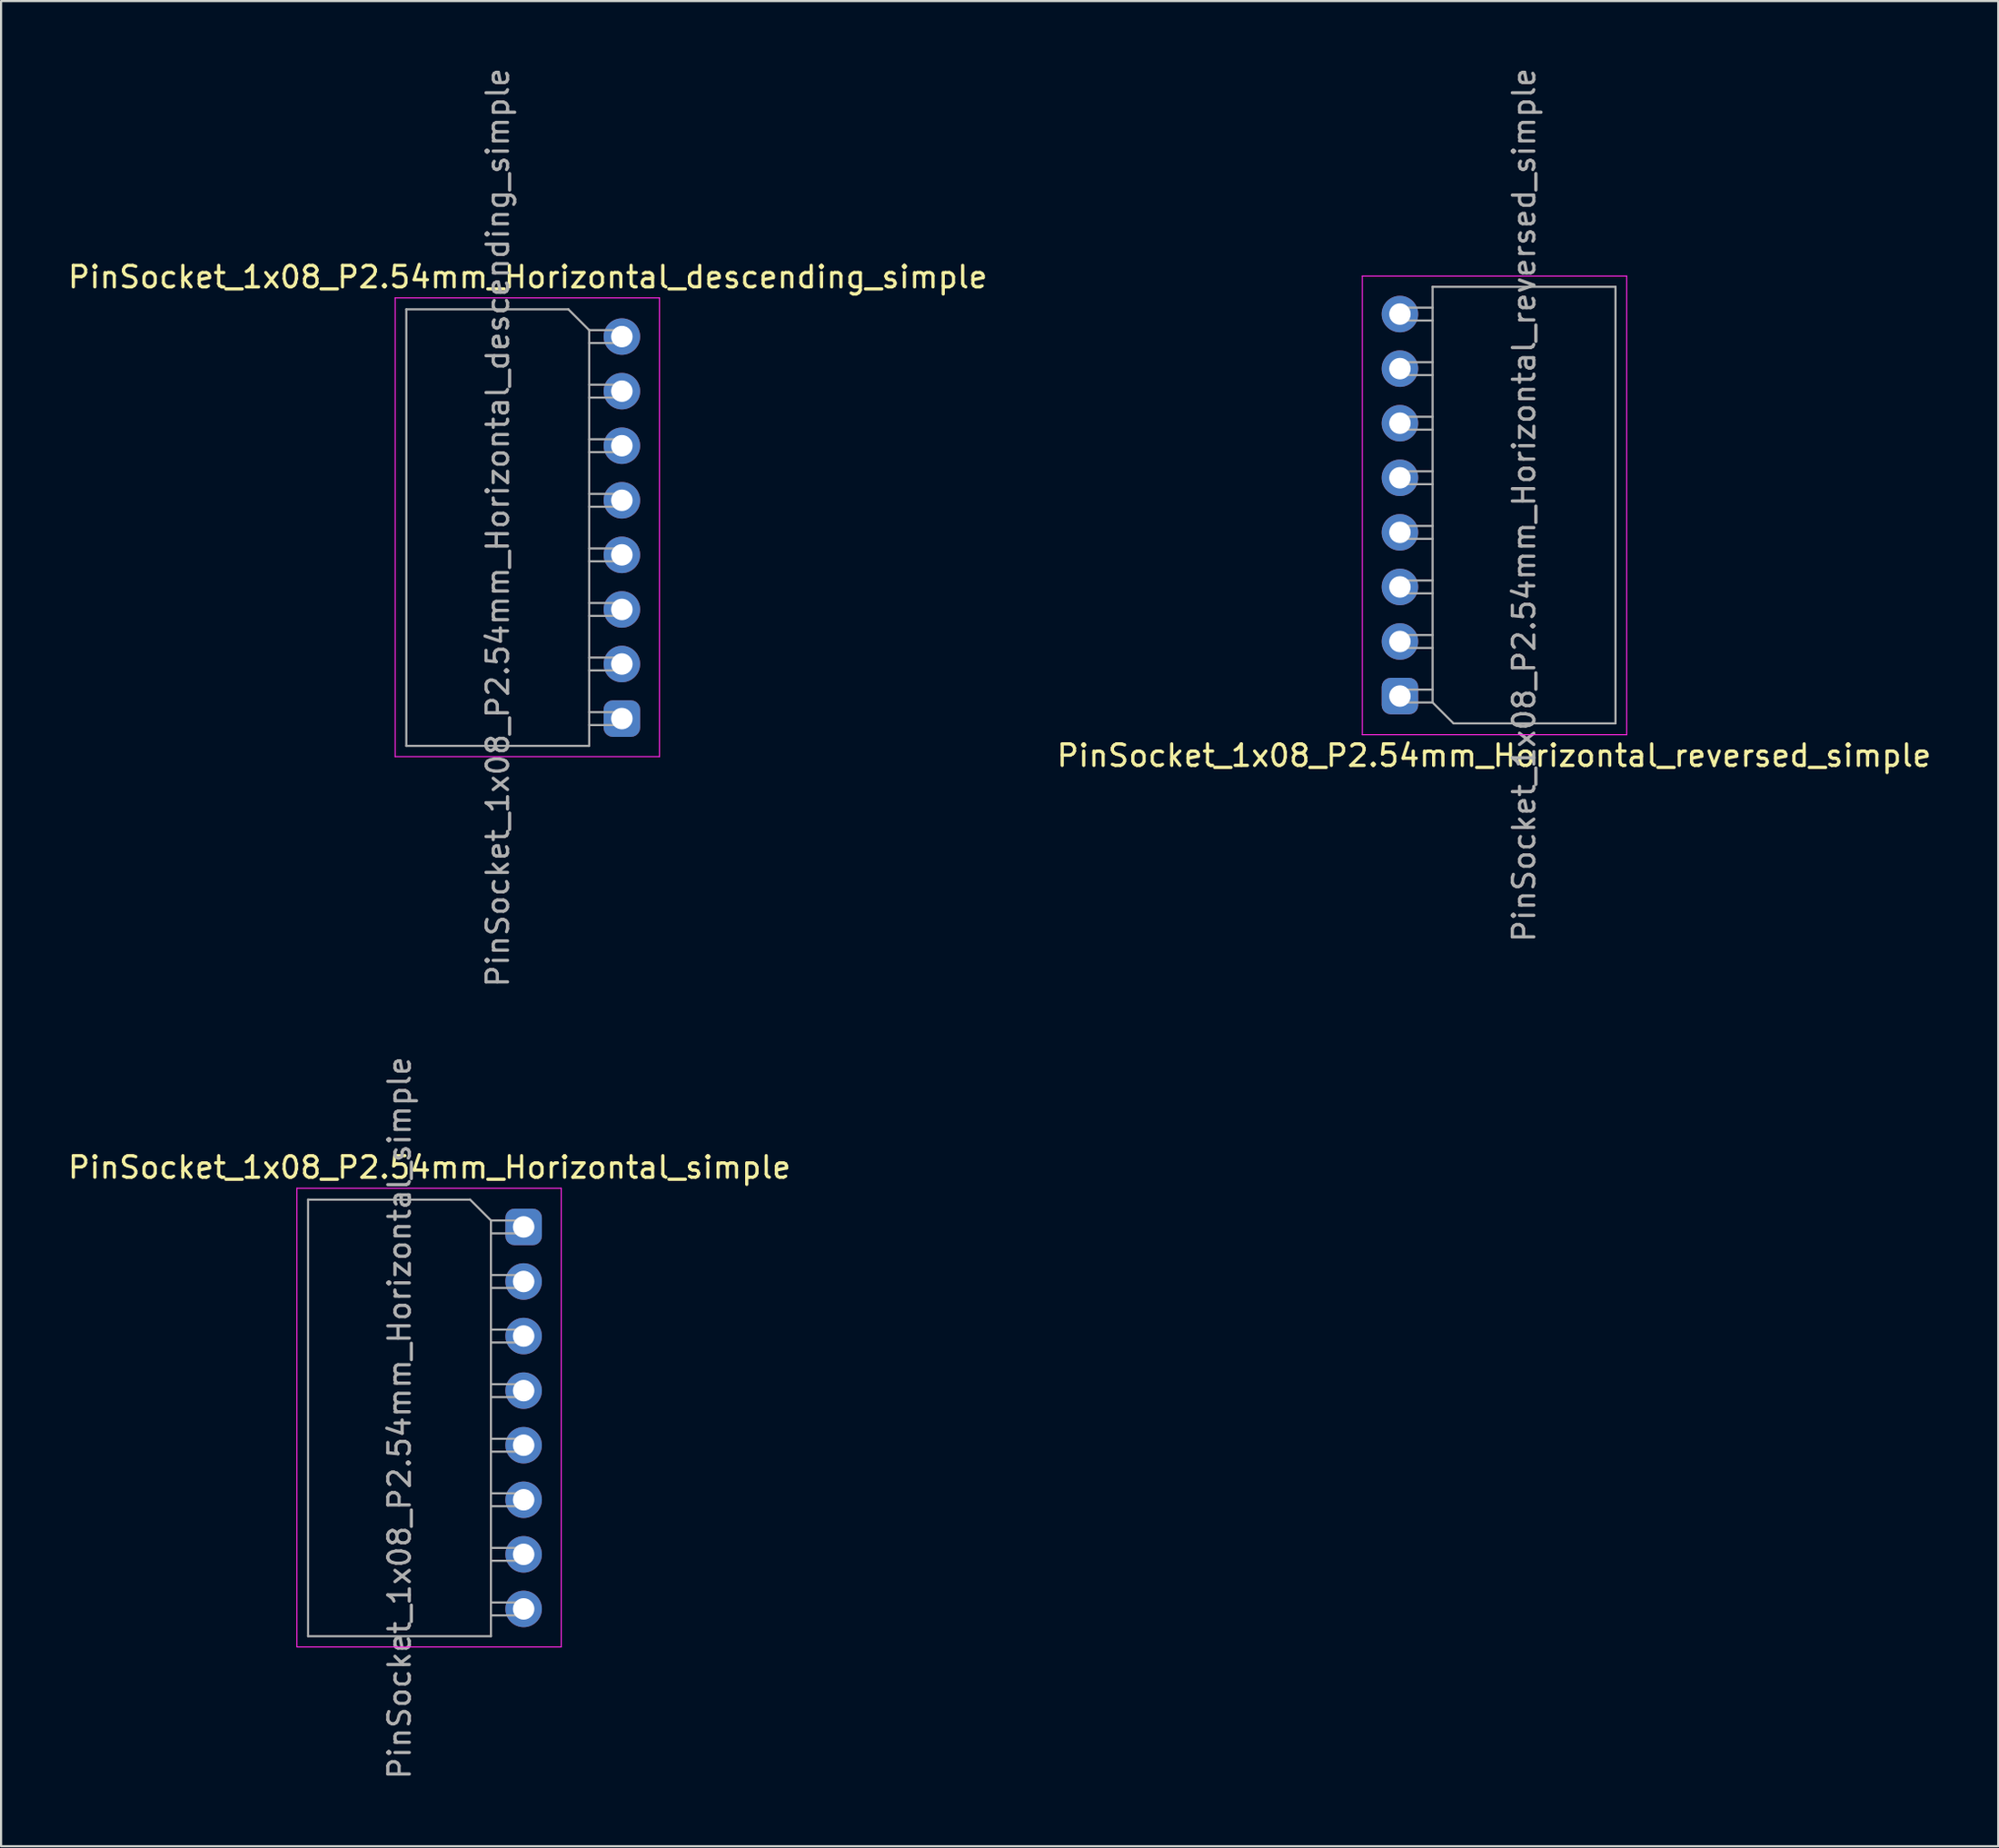
<source format=kicad_pcb>
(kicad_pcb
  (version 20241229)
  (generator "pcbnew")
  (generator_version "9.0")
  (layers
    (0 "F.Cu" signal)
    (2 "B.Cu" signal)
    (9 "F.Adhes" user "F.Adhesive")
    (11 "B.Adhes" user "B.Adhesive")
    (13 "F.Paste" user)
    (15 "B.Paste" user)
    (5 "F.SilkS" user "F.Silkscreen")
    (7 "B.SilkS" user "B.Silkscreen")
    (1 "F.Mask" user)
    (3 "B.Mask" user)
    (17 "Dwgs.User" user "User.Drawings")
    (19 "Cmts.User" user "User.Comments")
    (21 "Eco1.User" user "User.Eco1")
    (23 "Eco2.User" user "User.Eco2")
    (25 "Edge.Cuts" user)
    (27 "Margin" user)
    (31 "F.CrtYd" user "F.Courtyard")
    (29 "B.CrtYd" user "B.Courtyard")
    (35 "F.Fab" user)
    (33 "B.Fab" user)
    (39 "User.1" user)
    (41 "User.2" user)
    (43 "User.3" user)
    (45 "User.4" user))
  (footprint "PinSocket_1x08_P2.54mm_Horizontal_reversed_simple"
    (layer "F.Cu")
    (at 62.09 29.348)
    (property "Reference" "PinSocket_1x08_P2.54mm_Horizontal_reversed_simple" (at 4.38 2.77 180) (layer "F.SilkS") (effects (font (size 1 1) (thickness 0.15))))
    (attr through_hole)
    (fp_line (start -1.75 -19.55) (end -1.75 1.8) (stroke (width 0.05) (type solid)) (layer "F.CrtYd"))
    (fp_line (start -1.75 1.8) (end 10.55 1.8) (stroke (width 0.05) (type solid)) (layer "F.CrtYd"))
    (fp_line (start 10.55 -19.55) (end -1.75 -19.55) (stroke (width 0.05) (type solid)) (layer "F.CrtYd"))
    (fp_line (start 10.55 1.8) (end 10.55 -19.55) (stroke (width 0.05) (type solid)) (layer "F.CrtYd"))
    (fp_line (start 0 -18.08) (end 0 -17.48) (stroke (width 0.1) (type solid)) (layer "F.Fab"))
    (fp_line (start 0 -17.48) (end 1.52 -17.48) (stroke (width 0.1) (type solid)) (layer "F.Fab"))
    (fp_line (start 0 -15.54) (end 0 -14.94) (stroke (width 0.1) (type solid)) (layer "F.Fab"))
    (fp_line (start 0 -14.94) (end 1.52 -14.94) (stroke (width 0.1) (type solid)) (layer "F.Fab"))
    (fp_line (start 0 -13) (end 0 -12.4) (stroke (width 0.1) (type solid)) (layer "F.Fab"))
    (fp_line (start 0 -12.4) (end 1.52 -12.4) (stroke (width 0.1) (type solid)) (layer "F.Fab"))
    (fp_line (start 0 -10.46) (end 0 -9.86) (stroke (width 0.1) (type solid)) (layer "F.Fab"))
    (fp_line (start 0 -9.86) (end 1.52 -9.86) (stroke (width 0.1) (type solid)) (layer "F.Fab"))
    (fp_line (start 0 -7.92) (end 0 -7.32) (stroke (width 0.1) (type solid)) (layer "F.Fab"))
    (fp_line (start 0 -7.32) (end 1.52 -7.32) (stroke (width 0.1) (type solid)) (layer "F.Fab"))
    (fp_line (start 0 -5.38) (end 0 -4.78) (stroke (width 0.1) (type solid)) (layer "F.Fab"))
    (fp_line (start 0 -4.78) (end 1.52 -4.78) (stroke (width 0.1) (type solid)) (layer "F.Fab"))
    (fp_line (start 0 -2.84) (end 0 -2.24) (stroke (width 0.1) (type solid)) (layer "F.Fab"))
    (fp_line (start 0 -2.24) (end 1.52 -2.24) (stroke (width 0.1) (type solid)) (layer "F.Fab"))
    (fp_line (start 0 -0.3) (end 0 0.3) (stroke (width 0.1) (type solid)) (layer "F.Fab"))
    (fp_line (start 0 0.3) (end 1.52 0.3) (stroke (width 0.1) (type solid)) (layer "F.Fab"))
    (fp_line (start 1.52 -19.05) (end 10.03 -19.05) (stroke (width 0.1) (type solid)) (layer "F.Fab"))
    (fp_line (start 1.52 -18.08) (end 0 -18.08) (stroke (width 0.1) (type solid)) (layer "F.Fab"))
    (fp_line (start 1.52 -15.54) (end 0 -15.54) (stroke (width 0.1) (type solid)) (layer "F.Fab"))
    (fp_line (start 1.52 -13) (end 0 -13) (stroke (width 0.1) (type solid)) (layer "F.Fab"))
    (fp_line (start 1.52 -10.46) (end 0 -10.46) (stroke (width 0.1) (type solid)) (layer "F.Fab"))
    (fp_line (start 1.52 -7.92) (end 0 -7.92) (stroke (width 0.1) (type solid)) (layer "F.Fab"))
    (fp_line (start 1.52 -5.38) (end 0 -5.38) (stroke (width 0.1) (type solid)) (layer "F.Fab"))
    (fp_line (start 1.52 -2.84) (end 0 -2.84) (stroke (width 0.1) (type solid)) (layer "F.Fab"))
    (fp_line (start 1.52 -0.3) (end 0 -0.3) (stroke (width 0.1) (type solid)) (layer "F.Fab"))
    (fp_line (start 1.52 0.3) (end 1.52 -19.05) (stroke (width 0.1) (type solid)) (layer "F.Fab"))
    (fp_line (start 2.49 1.27) (end 1.52 0.3) (stroke (width 0.1) (type solid)) (layer "F.Fab"))
    (fp_line (start 10.03 -19.05) (end 10.03 1.27) (stroke (width 0.1) (type solid)) (layer "F.Fab"))
    (fp_line (start 10.03 1.27) (end 2.49 1.27) (stroke (width 0.1) (type solid)) (layer "F.Fab"))
    (fp_text user "${REFERENCE}" (at 5.775 -8.89 270) (layer "F.Fab") (effects (font (size 1 1) (thickness 0.15))))
    (pad "1" thru_hole roundrect (at 0 0 180) (size 1.7 1.7) (drill 1) (layers "*.Cu" "*.Mask") (roundrect_rratio 0.25))
    (pad "2" thru_hole oval (at 0 -2.54 180) (size 1.7 1.7) (drill 1) (layers "*.Cu" "*.Mask"))
    (pad "3" thru_hole oval (at 0 -5.08 180) (size 1.7 1.7) (drill 1) (layers "*.Cu" "*.Mask"))
    (pad "4" thru_hole oval (at 0 -7.62 180) (size 1.7 1.7) (drill 1) (layers "*.Cu" "*.Mask"))
    (pad "5" thru_hole oval (at 0 -10.16 180) (size 1.7 1.7) (drill 1) (layers "*.Cu" "*.Mask"))
    (pad "6" thru_hole oval (at 0 -12.7 180) (size 1.7 1.7) (drill 1) (layers "*.Cu" "*.Mask"))
    (pad "7" thru_hole oval (at 0 -15.24 180) (size 1.7 1.7) (drill 1) (layers "*.Cu" "*.Mask"))
    (pad "8" thru_hole oval (at 0 -17.78 180) (size 1.7 1.7) (drill 1) (layers "*.Cu" "*.Mask")))
  (footprint "PinSocket_1x08_P2.54mm_Horizontal_simple"
    (layer "F.Cu")
    (at 21.315 54.056)
    (property "Reference" "PinSocket_1x08_P2.54mm_Horizontal_simple" (at -4.38 -2.77 0) (layer "F.SilkS") (effects (font (size 1 1) (thickness 0.15))))
    (attr through_hole)
    (fp_line (start -10.55 -1.8) (end -10.55 19.55) (stroke (width 0.05) (type solid)) (layer "F.CrtYd"))
    (fp_line (start -10.55 19.55) (end 1.75 19.55) (stroke (width 0.05) (type solid)) (layer "F.CrtYd"))
    (fp_line (start 1.75 -1.8) (end -10.55 -1.8) (stroke (width 0.05) (type solid)) (layer "F.CrtYd"))
    (fp_line (start 1.75 19.55) (end 1.75 -1.8) (stroke (width 0.05) (type solid)) (layer "F.CrtYd"))
    (fp_line (start -10.03 -1.27) (end -2.49 -1.27) (stroke (width 0.1) (type solid)) (layer "F.Fab"))
    (fp_line (start -10.03 19.05) (end -10.03 -1.27) (stroke (width 0.1) (type solid)) (layer "F.Fab"))
    (fp_line (start -2.49 -1.27) (end -1.52 -0.3) (stroke (width 0.1) (type solid)) (layer "F.Fab"))
    (fp_line (start -1.52 -0.3) (end -1.52 19.05) (stroke (width 0.1) (type solid)) (layer "F.Fab"))
    (fp_line (start -1.52 0.3) (end 0 0.3) (stroke (width 0.1) (type solid)) (layer "F.Fab"))
    (fp_line (start -1.52 2.84) (end 0 2.84) (stroke (width 0.1) (type solid)) (layer "F.Fab"))
    (fp_line (start -1.52 5.38) (end 0 5.38) (stroke (width 0.1) (type solid)) (layer "F.Fab"))
    (fp_line (start -1.52 7.92) (end 0 7.92) (stroke (width 0.1) (type solid)) (layer "F.Fab"))
    (fp_line (start -1.52 10.46) (end 0 10.46) (stroke (width 0.1) (type solid)) (layer "F.Fab"))
    (fp_line (start -1.52 13) (end 0 13) (stroke (width 0.1) (type solid)) (layer "F.Fab"))
    (fp_line (start -1.52 15.54) (end 0 15.54) (stroke (width 0.1) (type solid)) (layer "F.Fab"))
    (fp_line (start -1.52 18.08) (end 0 18.08) (stroke (width 0.1) (type solid)) (layer "F.Fab"))
    (fp_line (start -1.52 19.05) (end -10.03 19.05) (stroke (width 0.1) (type solid)) (layer "F.Fab"))
    (fp_line (start 0 -0.3) (end -1.52 -0.3) (stroke (width 0.1) (type solid)) (layer "F.Fab"))
    (fp_line (start 0 0.3) (end 0 -0.3) (stroke (width 0.1) (type solid)) (layer "F.Fab"))
    (fp_line (start 0 2.24) (end -1.52 2.24) (stroke (width 0.1) (type solid)) (layer "F.Fab"))
    (fp_line (start 0 2.84) (end 0 2.24) (stroke (width 0.1) (type solid)) (layer "F.Fab"))
    (fp_line (start 0 4.78) (end -1.52 4.78) (stroke (width 0.1) (type solid)) (layer "F.Fab"))
    (fp_line (start 0 5.38) (end 0 4.78) (stroke (width 0.1) (type solid)) (layer "F.Fab"))
    (fp_line (start 0 7.32) (end -1.52 7.32) (stroke (width 0.1) (type solid)) (layer "F.Fab"))
    (fp_line (start 0 7.92) (end 0 7.32) (stroke (width 0.1) (type solid)) (layer "F.Fab"))
    (fp_line (start 0 9.86) (end -1.52 9.86) (stroke (width 0.1) (type solid)) (layer "F.Fab"))
    (fp_line (start 0 10.46) (end 0 9.86) (stroke (width 0.1) (type solid)) (layer "F.Fab"))
    (fp_line (start 0 12.4) (end -1.52 12.4) (stroke (width 0.1) (type solid)) (layer "F.Fab"))
    (fp_line (start 0 13) (end 0 12.4) (stroke (width 0.1) (type solid)) (layer "F.Fab"))
    (fp_line (start 0 14.94) (end -1.52 14.94) (stroke (width 0.1) (type solid)) (layer "F.Fab"))
    (fp_line (start 0 15.54) (end 0 14.94) (stroke (width 0.1) (type solid)) (layer "F.Fab"))
    (fp_line (start 0 17.48) (end -1.52 17.48) (stroke (width 0.1) (type solid)) (layer "F.Fab"))
    (fp_line (start 0 18.08) (end 0 17.48) (stroke (width 0.1) (type solid)) (layer "F.Fab"))
    (fp_text user "${REFERENCE}" (at -5.775 8.89 90) (layer "F.Fab") (effects (font (size 1 1) (thickness 0.15))))
    (pad "1" thru_hole roundrect (at 0 0) (size 1.7 1.7) (drill 1) (layers "*.Cu" "*.Mask") (roundrect_rratio 0.25))
    (pad "2" thru_hole oval (at 0 2.54) (size 1.7 1.7) (drill 1) (layers "*.Cu" "*.Mask"))
    (pad "3" thru_hole oval (at 0 5.08) (size 1.7 1.7) (drill 1) (layers "*.Cu" "*.Mask"))
    (pad "4" thru_hole oval (at 0 7.62) (size 1.7 1.7) (drill 1) (layers "*.Cu" "*.Mask"))
    (pad "5" thru_hole oval (at 0 10.16) (size 1.7 1.7) (drill 1) (layers "*.Cu" "*.Mask"))
    (pad "6" thru_hole oval (at 0 12.7) (size 1.7 1.7) (drill 1) (layers "*.Cu" "*.Mask"))
    (pad "7" thru_hole oval (at 0 15.24) (size 1.7 1.7) (drill 1) (layers "*.Cu" "*.Mask"))
    (pad "8" thru_hole oval (at 0 17.78) (size 1.7 1.7) (drill 1) (layers "*.Cu" "*.Mask")))
  (footprint "PinSocket_1x08_P2.54mm_Horizontal_descending_simple"
    (layer "F.Cu")
    (at 25.886 12.616)
    (property "Reference" "PinSocket_1x08_P2.54mm_Horizontal_descending_simple" (at -4.38 -2.77 0) (layer "F.SilkS") (effects (font (size 1 1) (thickness 0.15))))
    (attr through_hole)
    (fp_line (start -10.55 -1.8) (end -10.55 19.55) (stroke (width 0.05) (type solid)) (layer "F.CrtYd"))
    (fp_line (start -10.55 19.55) (end 1.75 19.55) (stroke (width 0.05) (type solid)) (layer "F.CrtYd"))
    (fp_line (start 1.75 -1.8) (end -10.55 -1.8) (stroke (width 0.05) (type solid)) (layer "F.CrtYd"))
    (fp_line (start 1.75 19.55) (end 1.75 -1.8) (stroke (width 0.05) (type solid)) (layer "F.CrtYd"))
    (fp_line (start -10.03 -1.27) (end -2.49 -1.27) (stroke (width 0.1) (type solid)) (layer "F.Fab"))
    (fp_line (start -10.03 19.05) (end -10.03 -1.27) (stroke (width 0.1) (type solid)) (layer "F.Fab"))
    (fp_line (start -2.49 -1.27) (end -1.52 -0.3) (stroke (width 0.1) (type solid)) (layer "F.Fab"))
    (fp_line (start -1.52 -0.3) (end -1.52 19.05) (stroke (width 0.1) (type solid)) (layer "F.Fab"))
    (fp_line (start -1.52 0.3) (end 0 0.3) (stroke (width 0.1) (type solid)) (layer "F.Fab"))
    (fp_line (start -1.52 2.84) (end 0 2.84) (stroke (width 0.1) (type solid)) (layer "F.Fab"))
    (fp_line (start -1.52 5.38) (end 0 5.38) (stroke (width 0.1) (type solid)) (layer "F.Fab"))
    (fp_line (start -1.52 7.92) (end 0 7.92) (stroke (width 0.1) (type solid)) (layer "F.Fab"))
    (fp_line (start -1.52 10.46) (end 0 10.46) (stroke (width 0.1) (type solid)) (layer "F.Fab"))
    (fp_line (start -1.52 13) (end 0 13) (stroke (width 0.1) (type solid)) (layer "F.Fab"))
    (fp_line (start -1.52 15.54) (end 0 15.54) (stroke (width 0.1) (type solid)) (layer "F.Fab"))
    (fp_line (start -1.52 18.08) (end 0 18.08) (stroke (width 0.1) (type solid)) (layer "F.Fab"))
    (fp_line (start -1.52 19.05) (end -10.03 19.05) (stroke (width 0.1) (type solid)) (layer "F.Fab"))
    (fp_line (start 0 -0.3) (end -1.52 -0.3) (stroke (width 0.1) (type solid)) (layer "F.Fab"))
    (fp_line (start 0 0.3) (end 0 -0.3) (stroke (width 0.1) (type solid)) (layer "F.Fab"))
    (fp_line (start 0 2.24) (end -1.52 2.24) (stroke (width 0.1) (type solid)) (layer "F.Fab"))
    (fp_line (start 0 2.84) (end 0 2.24) (stroke (width 0.1) (type solid)) (layer "F.Fab"))
    (fp_line (start 0 4.78) (end -1.52 4.78) (stroke (width 0.1) (type solid)) (layer "F.Fab"))
    (fp_line (start 0 5.38) (end 0 4.78) (stroke (width 0.1) (type solid)) (layer "F.Fab"))
    (fp_line (start 0 7.32) (end -1.52 7.32) (stroke (width 0.1) (type solid)) (layer "F.Fab"))
    (fp_line (start 0 7.92) (end 0 7.32) (stroke (width 0.1) (type solid)) (layer "F.Fab"))
    (fp_line (start 0 9.86) (end -1.52 9.86) (stroke (width 0.1) (type solid)) (layer "F.Fab"))
    (fp_line (start 0 10.46) (end 0 9.86) (stroke (width 0.1) (type solid)) (layer "F.Fab"))
    (fp_line (start 0 12.4) (end -1.52 12.4) (stroke (width 0.1) (type solid)) (layer "F.Fab"))
    (fp_line (start 0 13) (end 0 12.4) (stroke (width 0.1) (type solid)) (layer "F.Fab"))
    (fp_line (start 0 14.94) (end -1.52 14.94) (stroke (width 0.1) (type solid)) (layer "F.Fab"))
    (fp_line (start 0 15.54) (end 0 14.94) (stroke (width 0.1) (type solid)) (layer "F.Fab"))
    (fp_line (start 0 17.48) (end -1.52 17.48) (stroke (width 0.1) (type solid)) (layer "F.Fab"))
    (fp_line (start 0 18.08) (end 0 17.48) (stroke (width 0.1) (type solid)) (layer "F.Fab"))
    (fp_text user "${REFERENCE}" (at -5.775 8.89 90) (layer "F.Fab") (effects (font (size 1 1) (thickness 0.15))))
    (pad "1" thru_hole roundrect (at 0 17.78) (size 1.7 1.7) (drill 1) (layers "*.Cu" "*.Mask") (roundrect_rratio 0.25))
    (pad "2" thru_hole oval (at 0 15.24) (size 1.7 1.7) (drill 1) (layers "*.Cu" "*.Mask"))
    (pad "3" thru_hole oval (at 0 12.7) (size 1.7 1.7) (drill 1) (layers "*.Cu" "*.Mask"))
    (pad "4" thru_hole oval (at 0 10.16) (size 1.7 1.7) (drill 1) (layers "*.Cu" "*.Mask"))
    (pad "5" thru_hole oval (at 0 7.62) (size 1.7 1.7) (drill 1) (layers "*.Cu" "*.Mask"))
    (pad "6" thru_hole oval (at 0 5.08) (size 1.7 1.7) (drill 1) (layers "*.Cu" "*.Mask"))
    (pad "7" thru_hole oval (at 0 2.54) (size 1.7 1.7) (drill 1) (layers "*.Cu" "*.Mask"))
    (pad "8" thru_hole oval (at 0 0) (size 1.7 1.7) (drill 1) (layers "*.Cu" "*.Mask")))
  (gr_rect
    (start -3 -3)
    (end 89.929 82.881)
    (stroke (width 0.1) (type default))
    (fill no)
    (layer "Edge.Cuts")))
</source>
